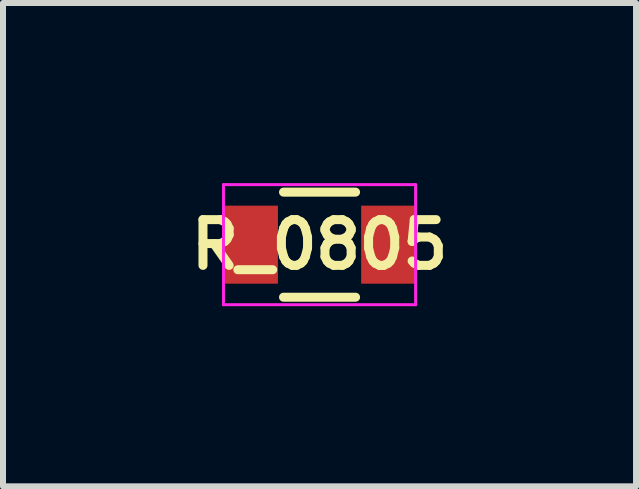
<source format=kicad_pcb>
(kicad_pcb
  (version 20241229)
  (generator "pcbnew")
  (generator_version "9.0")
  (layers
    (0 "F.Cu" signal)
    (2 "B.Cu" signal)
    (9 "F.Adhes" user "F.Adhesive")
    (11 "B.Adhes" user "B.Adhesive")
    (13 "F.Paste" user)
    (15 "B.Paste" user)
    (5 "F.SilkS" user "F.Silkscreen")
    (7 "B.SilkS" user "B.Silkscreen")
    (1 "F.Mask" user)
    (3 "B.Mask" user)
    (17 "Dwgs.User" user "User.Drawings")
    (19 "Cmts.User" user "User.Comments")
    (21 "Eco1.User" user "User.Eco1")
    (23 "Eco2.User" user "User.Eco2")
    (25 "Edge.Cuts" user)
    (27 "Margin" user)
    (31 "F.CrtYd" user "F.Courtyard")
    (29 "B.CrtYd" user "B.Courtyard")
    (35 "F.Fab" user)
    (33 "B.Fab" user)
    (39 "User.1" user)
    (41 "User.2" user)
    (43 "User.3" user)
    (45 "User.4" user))
  (footprint "R_0805"
    (layer "F.Cu")
    (at 2.272 1.025)
    (property "Reference" "R_0805" (at 0 0 0) (layer "F.SilkS") (effects (font (size 0.762 0.762) (thickness 0.15))))
    (attr smd)
    (fp_line (start -0.6 -0.875) (end 0.6 -0.875) (stroke (width 0.15) (type solid)) (layer "F.SilkS"))
    (fp_line (start 0.6 0.875) (end -0.6 0.875) (stroke (width 0.15) (type solid)) (layer "F.SilkS"))
    (fp_line (start -1.6 -1) (end -1.6 1) (stroke (width 0.05) (type solid)) (layer "F.CrtYd"))
    (fp_line (start -1.6 -1) (end 1.6 -1) (stroke (width 0.05) (type solid)) (layer "F.CrtYd"))
    (fp_line (start -1.6 1) (end 1.6 1) (stroke (width 0.05) (type solid)) (layer "F.CrtYd"))
    (fp_line (start 1.6 -1) (end 1.6 1) (stroke (width 0.05) (type solid)) (layer "F.CrtYd"))
    (pad "1" smd rect (at -1.143 0) (size 0.9 1.3) (layers "F.Cu" "F.Mask" "F.Paste"))
    (pad "2" smd rect (at 1.143 0) (size 0.9 1.3) (layers "F.Cu" "F.Mask" "F.Paste")))
  (gr_rect
    (start -3 -3)
    (end 7.543 5.05)
    (stroke (width 0.1) (type default))
    (fill no)
    (layer "Edge.Cuts")))
</source>
